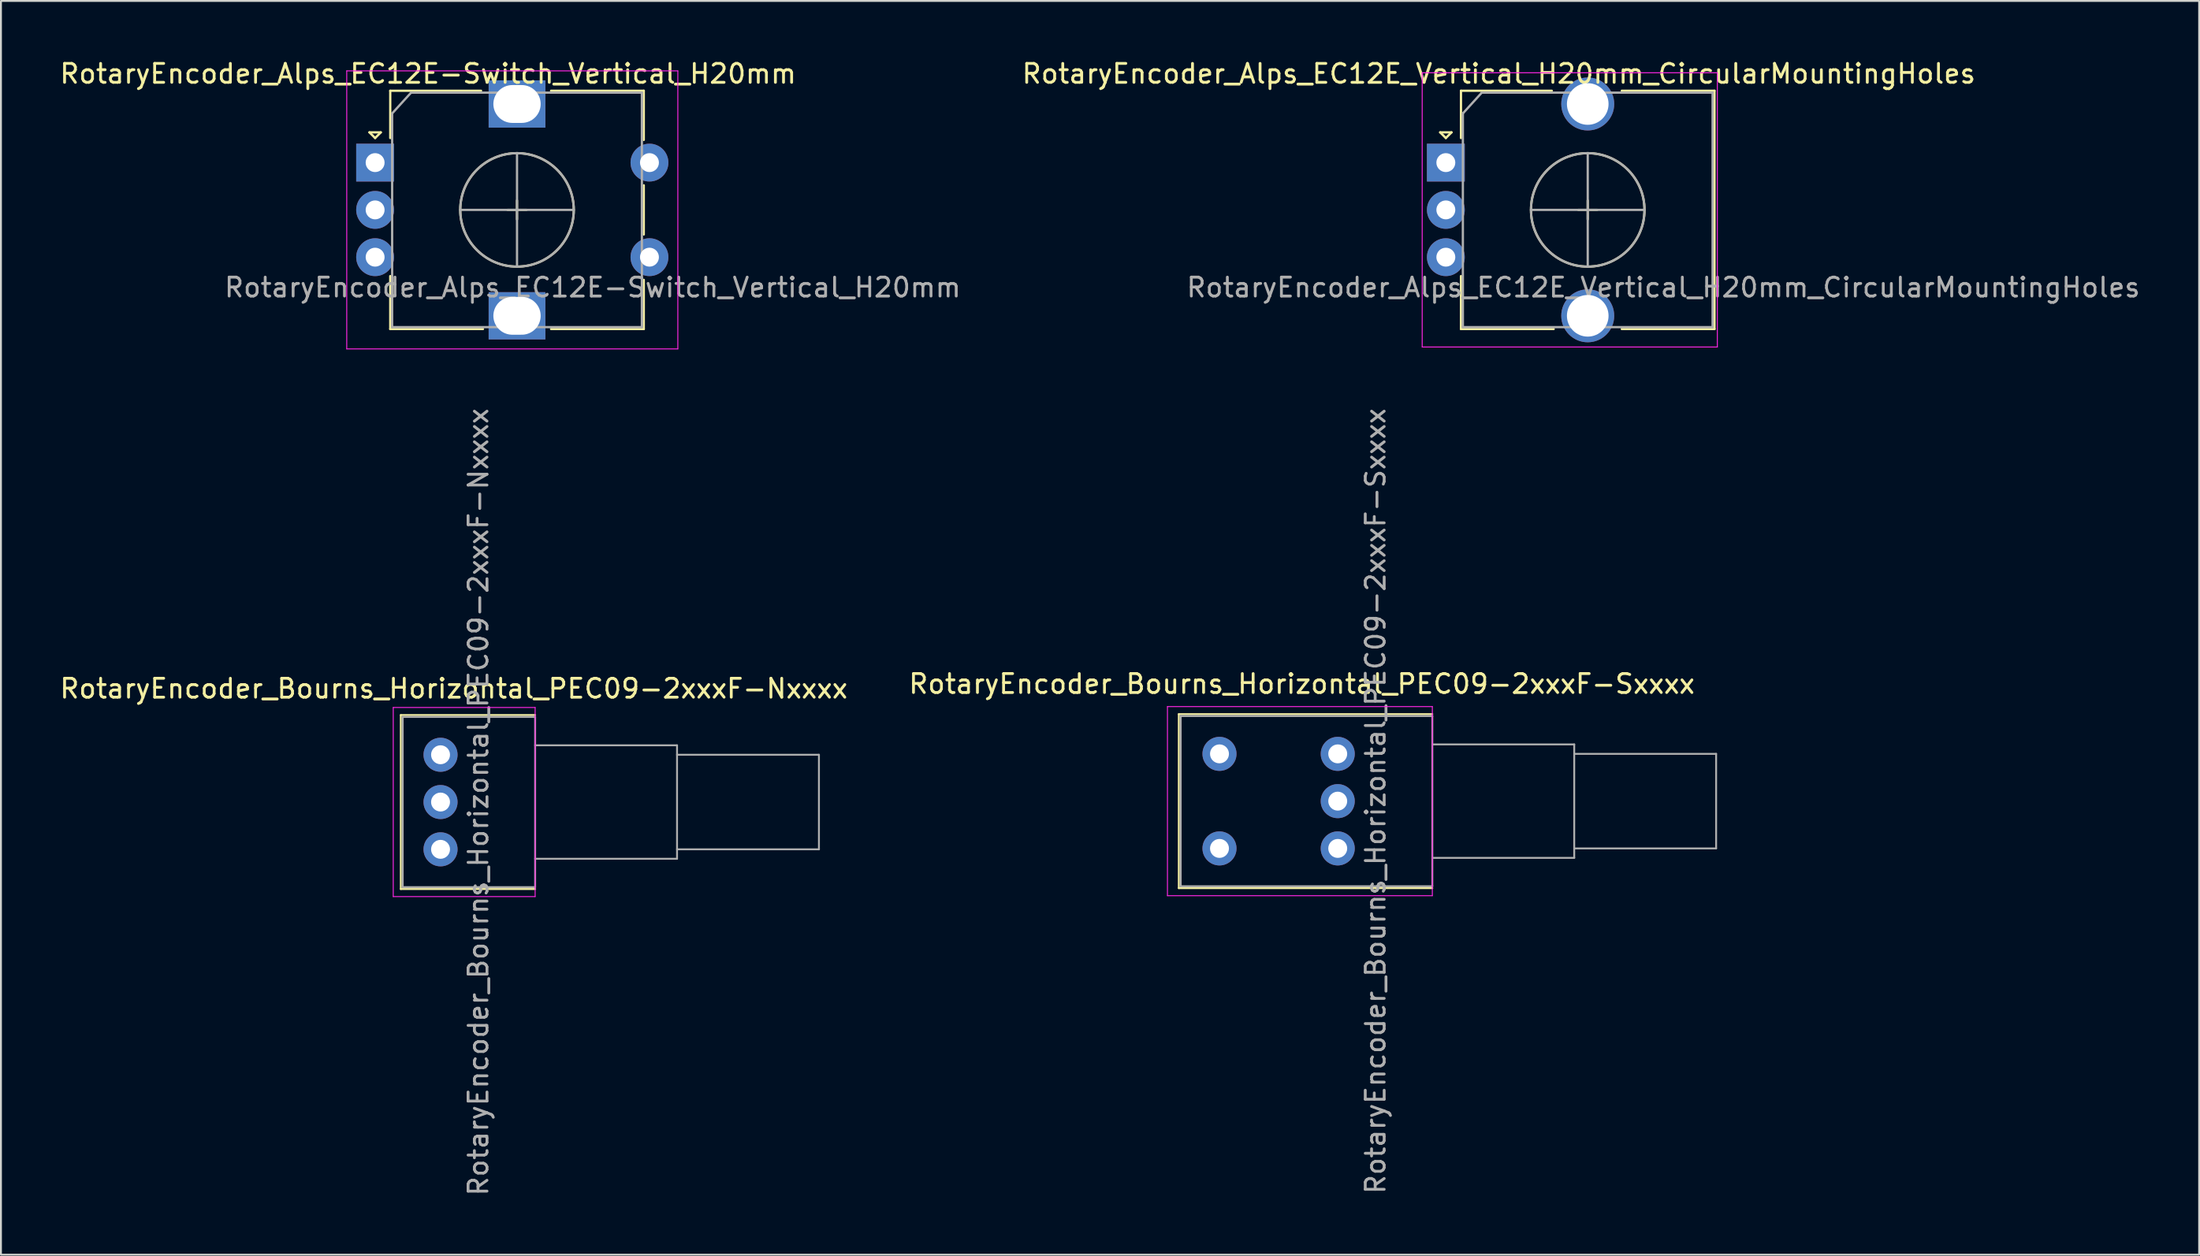
<source format=kicad_pcb>
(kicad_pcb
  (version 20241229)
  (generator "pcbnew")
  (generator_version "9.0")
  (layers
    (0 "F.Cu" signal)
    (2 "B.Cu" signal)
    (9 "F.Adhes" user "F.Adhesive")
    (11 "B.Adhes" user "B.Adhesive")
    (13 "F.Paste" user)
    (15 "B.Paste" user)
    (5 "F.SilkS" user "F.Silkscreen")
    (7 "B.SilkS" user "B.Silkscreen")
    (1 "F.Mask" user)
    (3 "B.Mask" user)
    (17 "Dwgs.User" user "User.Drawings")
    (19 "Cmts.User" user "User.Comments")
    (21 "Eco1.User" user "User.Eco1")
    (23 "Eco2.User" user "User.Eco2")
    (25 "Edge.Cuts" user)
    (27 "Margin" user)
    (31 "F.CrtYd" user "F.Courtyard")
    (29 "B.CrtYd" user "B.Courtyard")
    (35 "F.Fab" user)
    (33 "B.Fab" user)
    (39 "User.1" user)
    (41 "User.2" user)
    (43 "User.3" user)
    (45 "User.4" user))
  (footprint "RotaryEncoder_Alps_EC12E_Vertical_H20mm_CircularMountingHoles"
    (layer "F.Cu")
    (at 73.37 5.548)
    (property "Reference" "RotaryEncoder_Alps_EC12E_Vertical_H20mm_CircularMountingHoles" (at 2.8 -4.7 0) (layer "F.SilkS") (effects (font (size 1 1) (thickness 0.15))))
    (attr through_hole)
    (fp_line (start -0.3 -1.6) (end 0.3 -1.6) (stroke (width 0.12) (type solid)) (layer "F.SilkS"))
    (fp_line (start 0 -1.3) (end -0.3 -1.6) (stroke (width 0.12) (type solid)) (layer "F.SilkS"))
    (fp_line (start 0.3 -1.6) (end 0 -1.3) (stroke (width 0.12) (type solid)) (layer "F.SilkS"))
    (fp_line (start 0.8 -3.8) (end 0.8 -1.3) (stroke (width 0.12) (type solid)) (layer "F.SilkS"))
    (fp_line (start 0.8 8.8) (end 0.8 6) (stroke (width 0.12) (type solid)) (layer "F.SilkS"))
    (fp_line (start 5.6 -3.8) (end 0.8 -3.8) (stroke (width 0.12) (type solid)) (layer "F.SilkS"))
    (fp_line (start 5.7 8.8) (end 0.8 8.8) (stroke (width 0.12) (type solid)) (layer "F.SilkS"))
    (fp_line (start 7 2.5) (end 8 2.5) (stroke (width 0.12) (type solid)) (layer "F.SilkS"))
    (fp_line (start 7.5 2) (end 7.5 3) (stroke (width 0.12) (type solid)) (layer "F.SilkS"))
    (fp_line (start 9.3 -3.8) (end 14.2 -3.8) (stroke (width 0.12) (type solid)) (layer "F.SilkS"))
    (fp_line (start 14.2 -3.8) (end 14.2 8.8) (stroke (width 0.12) (type solid)) (layer "F.SilkS"))
    (fp_line (start 14.2 8.8) (end 9.3 8.8) (stroke (width 0.12) (type solid)) (layer "F.SilkS"))
    (fp_circle (center 7.5 2.5) (end 10.5 2.5) (stroke (width 0.12) (type solid)) (fill no) (layer "F.SilkS"))
    (fp_line (start -1.25 -4.75) (end -1.25 9.75) (stroke (width 0.05) (type solid)) (layer "F.CrtYd"))
    (fp_line (start -1.25 -4.75) (end 14.35 -4.75) (stroke (width 0.05) (type solid)) (layer "F.CrtYd"))
    (fp_line (start 14.35 9.75) (end -1.25 9.75) (stroke (width 0.05) (type solid)) (layer "F.CrtYd"))
    (fp_line (start 14.35 9.75) (end 14.35 -4.75) (stroke (width 0.05) (type solid)) (layer "F.CrtYd"))
    (fp_line (start 0.9 -2.6) (end 1.9 -3.7) (stroke (width 0.12) (type solid)) (layer "F.Fab"))
    (fp_line (start 0.9 8.7) (end 0.9 -2.6) (stroke (width 0.12) (type solid)) (layer "F.Fab"))
    (fp_line (start 1.9 -3.7) (end 14.1 -3.7) (stroke (width 0.12) (type solid)) (layer "F.Fab"))
    (fp_line (start 4.5 2.5) (end 10.5 2.5) (stroke (width 0.12) (type solid)) (layer "F.Fab"))
    (fp_line (start 7.5 -0.5) (end 7.5 5.5) (stroke (width 0.12) (type solid)) (layer "F.Fab"))
    (fp_line (start 14.1 -3.7) (end 14.1 8.7) (stroke (width 0.12) (type solid)) (layer "F.Fab"))
    (fp_line (start 14.1 8.7) (end 0.9 8.7) (stroke (width 0.12) (type solid)) (layer "F.Fab"))
    (fp_circle (center 7.5 2.5) (end 10.5 2.5) (stroke (width 0.12) (type solid)) (fill no) (layer "F.Fab"))
    (fp_text user "${REFERENCE}" (at 11.5 6.6 0) (layer "F.Fab") (effects (font (size 1 1) (thickness 0.15))))
    (pad "A" thru_hole rect (at 0 0) (size 2 2) (drill 1) (layers "*.Cu" "*.Mask"))
    (pad "B" thru_hole circle (at 0 5) (size 2 2) (drill 1) (layers "*.Cu" "*.Mask"))
    (pad "C" thru_hole circle (at 0 2.5) (size 2 2) (drill 1) (layers "*.Cu" "*.Mask"))
    (pad "MP" thru_hole circle (at 7.5 -3.1) (size 2.8 2.8) (drill 2.2) (layers "*.Cu" "*.Mask"))
    (pad "MP" thru_hole circle (at 7.5 8.1) (size 2.8 2.8) (drill 2.2) (layers "*.Cu" "*.Mask")))
  (footprint "RotaryEncoder_Bourns_Horizontal_PEC09-2xxxF-Sxxxx"
    (layer "F.Cu")
    (at 67.656 41.81)
    (property "Reference" "RotaryEncoder_Bourns_Horizontal_PEC09-2xxxF-Sxxxx" (at -1.9 -8.7 0) (layer "F.SilkS") (effects (font (size 1 1) (thickness 0.15))))
    (attr through_hole)
    (fp_line (start -8.4 -7.1) (end -8.4 2.1) (stroke (width 0.1) (type solid)) (layer "F.SilkS"))
    (fp_line (start -8.4 2.1) (end 5 2.1) (stroke (width 0.1) (type solid)) (layer "F.SilkS"))
    (fp_line (start 5 -7.1) (end -8.4 -7.1) (stroke (width 0.1) (type solid)) (layer "F.SilkS"))
    (fp_line (start -9 -7.5) (end 5 -7.5) (stroke (width 0.05) (type solid)) (layer "F.CrtYd"))
    (fp_line (start -9 2.5) (end -9 -7.5) (stroke (width 0.05) (type solid)) (layer "F.CrtYd"))
    (fp_line (start 5 -7.5) (end 5 2.5) (stroke (width 0.05) (type solid)) (layer "F.CrtYd"))
    (fp_line (start 5 2.5) (end -9 2.5) (stroke (width 0.05) (type solid)) (layer "F.CrtYd"))
    (fp_line (start -8.3 -7) (end -8.3 2) (stroke (width 0.1) (type solid)) (layer "F.Fab"))
    (fp_line (start 5 -7) (end -8.3 -7) (stroke (width 0.1) (type solid)) (layer "F.Fab"))
    (fp_line (start 5 -7) (end 5 2) (stroke (width 0.1) (type solid)) (layer "F.Fab"))
    (fp_line (start 5 -5.5) (end 12.5 -5.5) (stroke (width 0.1) (type solid)) (layer "F.Fab"))
    (fp_line (start 5 2) (end -8.3 2) (stroke (width 0.1) (type solid)) (layer "F.Fab"))
    (fp_line (start 12.5 -5.5) (end 12.5 0.5) (stroke (width 0.1) (type solid)) (layer "F.Fab"))
    (fp_line (start 12.5 -5) (end 20 -5) (stroke (width 0.1) (type solid)) (layer "F.Fab"))
    (fp_line (start 12.5 0.5) (end 5 0.5) (stroke (width 0.1) (type solid)) (layer "F.Fab"))
    (fp_line (start 20 -5) (end 20 0) (stroke (width 0.1) (type solid)) (layer "F.Fab"))
    (fp_line (start 20 0) (end 12.5 0) (stroke (width 0.1) (type solid)) (layer "F.Fab"))
    (fp_text user "${REFERENCE}" (at 2 -2.5 90) (layer "F.Fab") (effects (font (size 1 1) (thickness 0.15))))
    (pad "A" thru_hole circle (at 0 0) (size 1.8 1.8) (drill 1) (layers "*.Cu" "*.Mask"))
    (pad "B" thru_hole circle (at 0 -5) (size 1.8 1.8) (drill 1) (layers "*.Cu" "*.Mask"))
    (pad "C" thru_hole circle (at 0 -2.5) (size 1.8 1.8) (drill 1) (layers "*.Cu" "*.Mask"))
    (pad "S1" thru_hole circle (at -6.25 0) (size 1.8 1.8) (drill 1) (layers "*.Cu" "*.Mask"))
    (pad "S2" thru_hole circle (at -6.25 -5) (size 1.8 1.8) (drill 1) (layers "*.Cu" "*.Mask")))
  (footprint "RotaryEncoder_Bourns_Horizontal_PEC09-2xxxF-Nxxxx"
    (layer "F.Cu")
    (at 20.235 41.858)
    (property "Reference" "RotaryEncoder_Bourns_Horizontal_PEC09-2xxxF-Nxxxx" (at 0.7 -8.5 0) (layer "F.SilkS") (effects (font (size 1 1) (thickness 0.15))))
    (attr through_hole)
    (fp_line (start -2.1 -7.1) (end -2.1 2.1) (stroke (width 0.1) (type solid)) (layer "F.SilkS"))
    (fp_line (start -2.1 2.1) (end 5 2.1) (stroke (width 0.1) (type solid)) (layer "F.SilkS"))
    (fp_line (start 5 -7.1) (end -2.1 -7.1) (stroke (width 0.1) (type solid)) (layer "F.SilkS"))
    (fp_line (start -2.5 -7.5) (end -2.5 2.5) (stroke (width 0.05) (type solid)) (layer "F.CrtYd"))
    (fp_line (start -2.5 2.5) (end 5 2.5) (stroke (width 0.05) (type solid)) (layer "F.CrtYd"))
    (fp_line (start 5 -7.5) (end -2.5 -7.5) (stroke (width 0.05) (type solid)) (layer "F.CrtYd"))
    (fp_line (start 5 2.5) (end 5 -7.5) (stroke (width 0.05) (type solid)) (layer "F.CrtYd"))
    (fp_line (start -2 -7) (end -2 2) (stroke (width 0.1) (type solid)) (layer "F.Fab"))
    (fp_line (start -2 2) (end 5 2) (stroke (width 0.1) (type solid)) (layer "F.Fab"))
    (fp_line (start 5 -7) (end -2 -7) (stroke (width 0.1) (type solid)) (layer "F.Fab"))
    (fp_line (start 5 -7) (end 5 2) (stroke (width 0.1) (type solid)) (layer "F.Fab"))
    (fp_line (start 5 -5.5) (end 12.5 -5.5) (stroke (width 0.1) (type solid)) (layer "F.Fab"))
    (fp_line (start 12.5 -5.5) (end 12.5 0.5) (stroke (width 0.1) (type solid)) (layer "F.Fab"))
    (fp_line (start 12.5 -5) (end 20 -5) (stroke (width 0.1) (type solid)) (layer "F.Fab"))
    (fp_line (start 12.5 0.5) (end 5 0.5) (stroke (width 0.1) (type solid)) (layer "F.Fab"))
    (fp_line (start 20 -5) (end 20 0) (stroke (width 0.1) (type solid)) (layer "F.Fab"))
    (fp_line (start 20 0) (end 12.5 0) (stroke (width 0.1) (type solid)) (layer "F.Fab"))
    (fp_text user "${REFERENCE}" (at 2 -2.5 90) (layer "F.Fab") (effects (font (size 1 1) (thickness 0.15))))
    (pad "A" thru_hole circle (at 0 0) (size 1.8 1.8) (drill 1) (layers "*.Cu" "*.Mask"))
    (pad "B" thru_hole circle (at 0 -5) (size 1.8 1.8) (drill 1) (layers "*.Cu" "*.Mask"))
    (pad "C" thru_hole circle (at 0 -2.5) (size 1.8 1.8) (drill 1) (layers "*.Cu" "*.Mask")))
  (footprint "RotaryEncoder_Alps_EC12E-Switch_Vertical_H20mm"
    (layer "F.Cu")
    (at 16.777 5.548)
    (property "Reference" "RotaryEncoder_Alps_EC12E-Switch_Vertical_H20mm" (at 2.8 -4.7 0) (layer "F.SilkS") (effects (font (size 1 1) (thickness 0.15))))
    (attr through_hole)
    (fp_line (start -0.3 -1.6) (end 0.3 -1.6) (stroke (width 0.12) (type solid)) (layer "F.SilkS"))
    (fp_line (start 0 -1.3) (end -0.3 -1.6) (stroke (width 0.12) (type solid)) (layer "F.SilkS"))
    (fp_line (start 0.3 -1.6) (end 0 -1.3) (stroke (width 0.12) (type solid)) (layer "F.SilkS"))
    (fp_line (start 0.8 -3.8) (end 0.8 -1.3) (stroke (width 0.12) (type solid)) (layer "F.SilkS"))
    (fp_line (start 0.8 8.8) (end 0.8 6) (stroke (width 0.12) (type solid)) (layer "F.SilkS"))
    (fp_line (start 5.6 -3.8) (end 0.8 -3.8) (stroke (width 0.12) (type solid)) (layer "F.SilkS"))
    (fp_line (start 5.7 8.8) (end 0.8 8.8) (stroke (width 0.12) (type solid)) (layer "F.SilkS"))
    (fp_line (start 7 2.5) (end 8 2.5) (stroke (width 0.12) (type solid)) (layer "F.SilkS"))
    (fp_line (start 7.5 2) (end 7.5 3) (stroke (width 0.12) (type solid)) (layer "F.SilkS"))
    (fp_line (start 9.3 -3.8) (end 14.2 -3.8) (stroke (width 0.12) (type solid)) (layer "F.SilkS"))
    (fp_line (start 14.2 -3.8) (end 14.2 -1.2) (stroke (width 0.12) (type solid)) (layer "F.SilkS"))
    (fp_line (start 14.2 1.2) (end 14.2 3.8) (stroke (width 0.12) (type solid)) (layer "F.SilkS"))
    (fp_line (start 14.2 6.2) (end 14.2 8.8) (stroke (width 0.12) (type solid)) (layer "F.SilkS"))
    (fp_line (start 14.2 8.8) (end 9.3 8.8) (stroke (width 0.12) (type solid)) (layer "F.SilkS"))
    (fp_circle (center 7.5 2.5) (end 10.5 2.5) (stroke (width 0.12) (type solid)) (fill no) (layer "F.SilkS"))
    (fp_line (start -1.5 -4.85) (end -1.5 9.85) (stroke (width 0.05) (type solid)) (layer "F.CrtYd"))
    (fp_line (start -1.5 -4.85) (end 16 -4.85) (stroke (width 0.05) (type solid)) (layer "F.CrtYd"))
    (fp_line (start 16 9.85) (end -1.5 9.85) (stroke (width 0.05) (type solid)) (layer "F.CrtYd"))
    (fp_line (start 16 9.85) (end 16 -4.85) (stroke (width 0.05) (type solid)) (layer "F.CrtYd"))
    (fp_line (start 0.9 -2.6) (end 1.9 -3.7) (stroke (width 0.12) (type solid)) (layer "F.Fab"))
    (fp_line (start 0.9 8.7) (end 0.9 -2.6) (stroke (width 0.12) (type solid)) (layer "F.Fab"))
    (fp_line (start 1.9 -3.7) (end 14.1 -3.7) (stroke (width 0.12) (type solid)) (layer "F.Fab"))
    (fp_line (start 4.5 2.5) (end 10.5 2.5) (stroke (width 0.12) (type solid)) (layer "F.Fab"))
    (fp_line (start 7.5 -0.5) (end 7.5 5.5) (stroke (width 0.12) (type solid)) (layer "F.Fab"))
    (fp_line (start 14.1 -3.7) (end 14.1 8.7) (stroke (width 0.12) (type solid)) (layer "F.Fab"))
    (fp_line (start 14.1 8.7) (end 0.9 8.7) (stroke (width 0.12) (type solid)) (layer "F.Fab"))
    (fp_circle (center 7.5 2.5) (end 10.5 2.5) (stroke (width 0.12) (type solid)) (fill no) (layer "F.Fab"))
    (fp_text user "${REFERENCE}" (at 11.5 6.6 0) (layer "F.Fab") (effects (font (size 1 1) (thickness 0.15))))
    (pad "A" thru_hole rect (at 0 0) (size 2 2) (drill 1) (layers "*.Cu" "*.Mask"))
    (pad "B" thru_hole circle (at 0 5) (size 2 2) (drill 1) (layers "*.Cu" "*.Mask"))
    (pad "C" thru_hole circle (at 0 2.5) (size 2 2) (drill 1) (layers "*.Cu" "*.Mask"))
    (pad "MP" thru_hole rect (at 7.5 -3.1) (size 3 2.5) (drill oval 2.5 2) (layers "*.Cu" "*.Mask"))
    (pad "MP" thru_hole rect (at 7.5 8.1) (size 3 2.5) (drill oval 2.5 2) (layers "*.Cu" "*.Mask"))
    (pad "S1" thru_hole circle (at 14.5 0) (size 2 2) (drill 1) (layers "*.Cu" "*.Mask"))
    (pad "S2" thru_hole circle (at 14.5 5) (size 2 2) (drill 1) (layers "*.Cu" "*.Mask")))
  (gr_rect
    (start -3 -3)
    (end 113.186 63.292)
    (stroke (width 0.1) (type default))
    (fill no)
    (layer "Edge.Cuts")))
</source>
